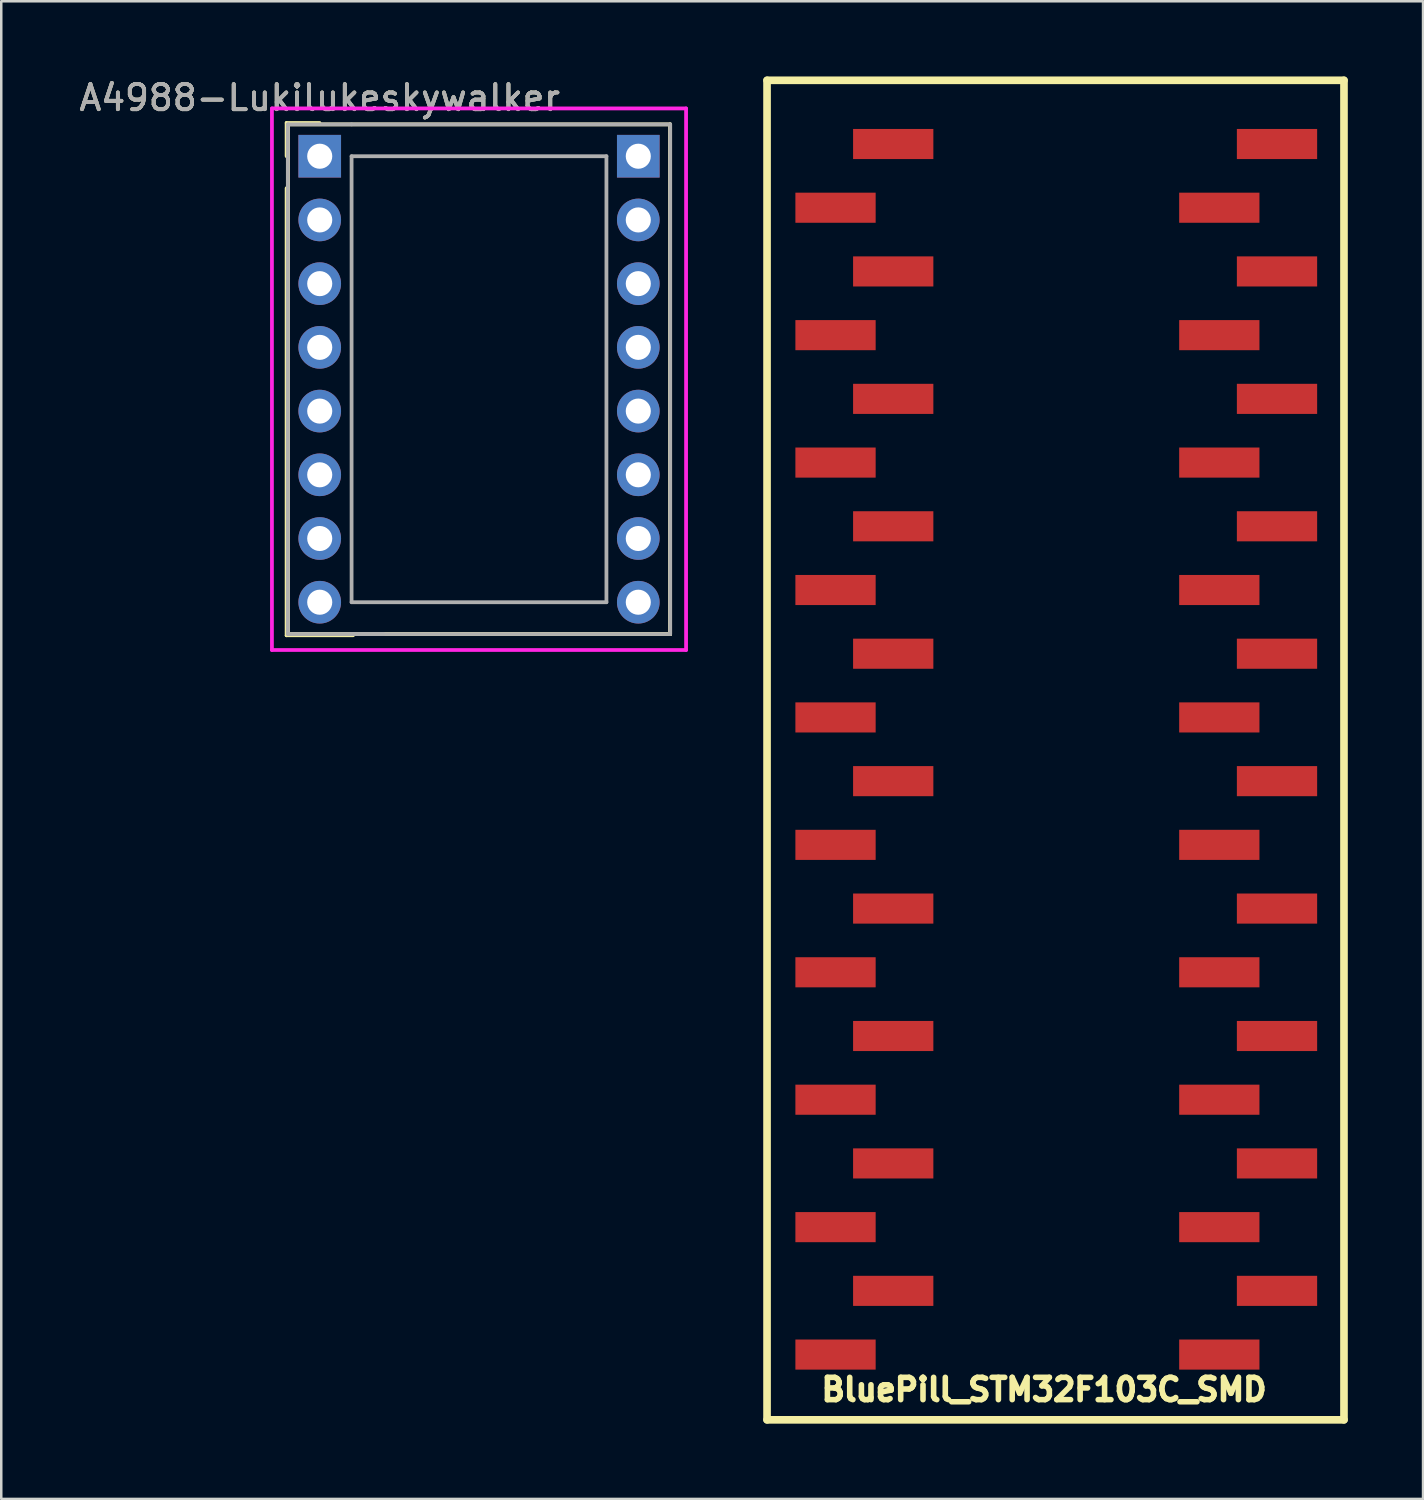
<source format=kicad_pcb>
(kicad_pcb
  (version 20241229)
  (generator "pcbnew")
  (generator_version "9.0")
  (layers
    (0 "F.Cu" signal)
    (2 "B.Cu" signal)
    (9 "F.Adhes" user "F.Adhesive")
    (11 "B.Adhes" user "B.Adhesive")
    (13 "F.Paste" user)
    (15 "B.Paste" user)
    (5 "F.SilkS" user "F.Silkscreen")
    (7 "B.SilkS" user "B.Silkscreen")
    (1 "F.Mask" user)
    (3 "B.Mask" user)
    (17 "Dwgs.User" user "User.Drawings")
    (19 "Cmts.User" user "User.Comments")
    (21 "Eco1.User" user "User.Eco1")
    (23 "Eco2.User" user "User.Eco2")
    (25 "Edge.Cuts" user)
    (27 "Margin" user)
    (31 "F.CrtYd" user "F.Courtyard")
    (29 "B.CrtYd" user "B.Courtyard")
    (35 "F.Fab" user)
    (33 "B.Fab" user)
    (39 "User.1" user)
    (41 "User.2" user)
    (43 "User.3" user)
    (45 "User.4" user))
  (footprint "A4988-Lukilukeskywalker"
    (layer "F.Cu")
    (at 9.696 3.178)
    (property "Reference" "A4988-Lukilukeskywalker" (at 0 -2.33 0) (layer "F.SilkS") (effects (font (size 1 1) (thickness 0.15))))
    (attr through_hole)
    (fp_line (start -1.33 -1.33) (end 0 -1.33) (stroke (width 0.12) (type solid)) (layer "F.SilkS"))
    (fp_line (start -1.33 -1.33) (end 0 -1.33) (stroke (width 0.12) (type solid)) (layer "F.SilkS"))
    (fp_line (start -1.33 0) (end -1.33 -1.33) (stroke (width 0.12) (type solid)) (layer "F.SilkS"))
    (fp_line (start -1.33 0) (end -1.33 -1.33) (stroke (width 0.12) (type solid)) (layer "F.SilkS"))
    (fp_line (start -1.33 1.27) (end -1.33 19.11) (stroke (width 0.12) (type solid)) (layer "F.SilkS"))
    (fp_line (start -1.33 1.27) (end -1.33 19.11) (stroke (width 0.12) (type solid)) (layer "F.SilkS"))
    (fp_line (start -1.33 19.11) (end 1.33 19.11) (stroke (width 0.12) (type solid)) (layer "F.SilkS"))
    (fp_line (start -1.33 19.11) (end 1.33 19.11) (stroke (width 0.12) (type solid)) (layer "F.SilkS"))
    (fp_line (start -1.27 -1.27) (end 13.97 -1.27) (stroke (width 0.15) (type solid)) (layer "F.SilkS"))
    (fp_line (start -1.27 19.05) (end -1.27 -1.27) (stroke (width 0.15) (type solid)) (layer "F.SilkS"))
    (fp_line (start -1.27 19.05) (end -1.27 -1.27) (stroke (width 0.15) (type solid)) (layer "F.SilkS"))
    (fp_line (start 13.97 -1.27) (end 13.97 19.05) (stroke (width 0.15) (type solid)) (layer "F.SilkS"))
    (fp_line (start 13.97 -1.27) (end 13.97 19.05) (stroke (width 0.15) (type solid)) (layer "F.SilkS"))
    (fp_line (start 13.97 19.05) (end -1.27 19.05) (stroke (width 0.15) (type solid)) (layer "F.SilkS"))
    (fp_line (start 13.97 19.05) (end -1.27 19.05) (stroke (width 0.15) (type solid)) (layer "F.SilkS"))
    (fp_line (start -1.905 -1.905) (end -1.905 19.685) (stroke (width 0.15) (type solid)) (layer "F.CrtYd"))
    (fp_line (start -1.905 19.685) (end 14.605 19.685) (stroke (width 0.15) (type solid)) (layer "F.CrtYd"))
    (fp_line (start 14.605 -1.905) (end -1.905 -1.905) (stroke (width 0.15) (type solid)) (layer "F.CrtYd"))
    (fp_line (start 14.605 19.685) (end 14.605 -1.905) (stroke (width 0.15) (type solid)) (layer "F.CrtYd"))
    (fp_line (start -1.27 -1.27) (end -1.27 19.05) (stroke (width 0.1) (type solid)) (layer "F.Fab"))
    (fp_line (start -1.27 -1.27) (end -1.27 19.05) (stroke (width 0.1) (type solid)) (layer "F.Fab"))
    (fp_line (start -1.27 -1.27) (end -1.27 19.05) (stroke (width 0.15) (type solid)) (layer "F.Fab"))
    (fp_line (start -1.27 19.05) (end 1.27 19.05) (stroke (width 0.1) (type solid)) (layer "F.Fab"))
    (fp_line (start -1.27 19.05) (end 1.27 19.05) (stroke (width 0.1) (type solid)) (layer "F.Fab"))
    (fp_line (start -1.27 19.05) (end 1.27 19.05) (stroke (width 0.15) (type solid)) (layer "F.Fab"))
    (fp_line (start 1.27 -1.27) (end -1.27 -1.27) (stroke (width 0.1) (type solid)) (layer "F.Fab"))
    (fp_line (start 1.27 -1.27) (end -1.27 -1.27) (stroke (width 0.1) (type solid)) (layer "F.Fab"))
    (fp_line (start 1.27 -1.27) (end -1.27 -1.27) (stroke (width 0.15) (type solid)) (layer "F.Fab"))
    (fp_line (start 1.27 0) (end 11.43 0) (stroke (width 0.15) (type solid)) (layer "F.Fab"))
    (fp_line (start 1.27 17.78) (end 1.27 0) (stroke (width 0.15) (type solid)) (layer "F.Fab"))
    (fp_line (start 1.27 19.05) (end 2.54 19.05) (stroke (width 0.15) (type solid)) (layer "F.Fab"))
    (fp_line (start 1.27 19.05) (end 13.97 19.05) (stroke (width 0.15) (type solid)) (layer "F.Fab"))
    (fp_line (start 11.43 0) (end 11.43 17.78) (stroke (width 0.15) (type solid)) (layer "F.Fab"))
    (fp_line (start 11.43 17.78) (end 1.27 17.78) (stroke (width 0.15) (type solid)) (layer "F.Fab"))
    (fp_line (start 13.97 -1.27) (end 1.27 -1.27) (stroke (width 0.15) (type solid)) (layer "F.Fab"))
    (fp_line (start 13.97 19.05) (end 13.97 -1.27) (stroke (width 0.15) (type solid)) (layer "F.Fab"))
    (fp_text user "${REFERENCE}" (at 0 -2.33 0) (layer "F.Fab") (effects (font (size 1 1) (thickness 0.15))))
    (fp_text user "${REFERENCE}" (at 0 -2.33 0) (layer "F.Fab") (effects (font (size 1 1) (thickness 0.15))))
    (pad "1" thru_hole rect (at 0 0) (size 1.7 1.7) (drill 1) (layers "*.Cu" "*.Mask"))
    (pad "2" thru_hole oval (at 0 2.54) (size 1.7 1.7) (drill 1) (layers "*.Cu" "*.Mask"))
    (pad "3" thru_hole oval (at 0 5.08) (size 1.7 1.7) (drill 1) (layers "*.Cu" "*.Mask"))
    (pad "4" thru_hole oval (at 0 7.62) (size 1.7 1.7) (drill 1) (layers "*.Cu" "*.Mask"))
    (pad "5" thru_hole oval (at 0 10.16) (size 1.7 1.7) (drill 1) (layers "*.Cu" "*.Mask"))
    (pad "6" thru_hole oval (at 0 12.7) (size 1.7 1.7) (drill 1) (layers "*.Cu" "*.Mask"))
    (pad "7" thru_hole oval (at 0 15.24) (size 1.7 1.7) (drill 1) (layers "*.Cu" "*.Mask"))
    (pad "8" thru_hole oval (at 0 17.78) (size 1.7 1.7) (drill 1) (layers "*.Cu" "*.Mask"))
    (pad "9" thru_hole oval (at 12.7 17.78) (size 1.7 1.7) (drill 1) (layers "*.Cu" "*.Mask"))
    (pad "10" thru_hole oval (at 12.7 15.24) (size 1.7 1.7) (drill 1) (layers "*.Cu" "*.Mask"))
    (pad "11" thru_hole oval (at 12.7 12.7) (size 1.7 1.7) (drill 1) (layers "*.Cu" "*.Mask"))
    (pad "12" thru_hole oval (at 12.7 10.16) (size 1.7 1.7) (drill 1) (layers "*.Cu" "*.Mask"))
    (pad "13" thru_hole oval (at 12.7 7.62) (size 1.7 1.7) (drill 1) (layers "*.Cu" "*.Mask"))
    (pad "14" thru_hole oval (at 12.7 5.08) (size 1.7 1.7) (drill 1) (layers "*.Cu" "*.Mask"))
    (pad "15" thru_hole oval (at 12.7 2.54) (size 1.7 1.7) (drill 1) (layers "*.Cu" "*.Mask"))
    (pad "16" thru_hole rect (at 12.7 0) (size 1.7 1.7) (drill 1) (layers "*.Cu" "*.Mask")))
  (footprint "BluePill_STM32F103C_SMD"
    (layer "F.Cu")
    (at 31.409 2.742)
    (property "Reference" "BluePill_STM32F103C_SMD" (at 7.163 49.606 180) (layer "F.SilkS") (effects (font (size 0.889 0.889) (thickness 0.305))))
    (attr through_hole)
    (fp_line (start -3.88 -2.59) (end 19.12 -2.59) (stroke (width 0.305) (type solid)) (layer "F.SilkS"))
    (fp_line (start -3.88 50.81) (end -3.88 -2.59) (stroke (width 0.305) (type solid)) (layer "F.SilkS"))
    (fp_line (start 19.12 -2.59) (end 19.12 50.81) (stroke (width 0.305) (type solid)) (layer "F.SilkS"))
    (fp_line (start 19.12 50.81) (end -3.88 50.81) (stroke (width 0.305) (type solid)) (layer "F.SilkS"))
    (pad "1" smd rect (at 1.15 -0.051 270) (size 1.2 3.2) (layers "F.Cu" "F.Mask" "F.Paste"))
    (pad "2" smd rect (at -1.15 2.489 270) (size 1.2 3.2) (layers "F.Cu" "F.Mask" "F.Paste"))
    (pad "3" smd rect (at 1.15 5.029 270) (size 1.2 3.2) (layers "F.Cu" "F.Mask" "F.Paste"))
    (pad "4" smd rect (at -1.15 7.569 270) (size 1.2 3.2) (layers "F.Cu" "F.Mask" "F.Paste"))
    (pad "5" smd rect (at 1.15 10.109 270) (size 1.2 3.2) (layers "F.Cu" "F.Mask" "F.Paste"))
    (pad "6" smd rect (at -1.15 12.649 270) (size 1.2 3.2) (layers "F.Cu" "F.Mask" "F.Paste"))
    (pad "7" smd rect (at 1.15 15.189 270) (size 1.2 3.2) (layers "F.Cu" "F.Mask" "F.Paste"))
    (pad "8" smd rect (at -1.15 17.729 270) (size 1.2 3.2) (layers "F.Cu" "F.Mask" "F.Paste"))
    (pad "9" smd rect (at 1.15 20.269 270) (size 1.2 3.2) (layers "F.Cu" "F.Mask" "F.Paste"))
    (pad "10" smd rect (at -1.15 22.809 270) (size 1.2 3.2) (layers "F.Cu" "F.Mask" "F.Paste"))
    (pad "11" smd rect (at 1.15 25.349 270) (size 1.2 3.2) (layers "F.Cu" "F.Mask" "F.Paste"))
    (pad "12" smd rect (at -1.15 27.889 270) (size 1.2 3.2) (layers "F.Cu" "F.Mask" "F.Paste"))
    (pad "13" smd rect (at 1.15 30.429 270) (size 1.2 3.2) (layers "F.Cu" "F.Mask" "F.Paste"))
    (pad "14" smd rect (at -1.15 32.969 270) (size 1.2 3.2) (layers "F.Cu" "F.Mask" "F.Paste"))
    (pad "15" smd rect (at 1.15 35.509 270) (size 1.2 3.2) (layers "F.Cu" "F.Mask" "F.Paste"))
    (pad "16" smd rect (at -1.15 38.049 270) (size 1.2 3.2) (layers "F.Cu" "F.Mask" "F.Paste"))
    (pad "17" smd rect (at 1.15 40.589 270) (size 1.2 3.2) (layers "F.Cu" "F.Mask" "F.Paste"))
    (pad "18" smd rect (at -1.15 43.129 270) (size 1.2 3.2) (layers "F.Cu" "F.Mask" "F.Paste"))
    (pad "19" smd rect (at 1.15 45.669 270) (size 1.2 3.2) (layers "F.Cu" "F.Mask" "F.Paste"))
    (pad "20" smd rect (at -1.15 48.209 270) (size 1.2 3.2) (layers "F.Cu" "F.Mask" "F.Paste"))
    (pad "21" smd rect (at 14.15 48.209 270) (size 1.2 3.2) (layers "F.Cu" "F.Mask" "F.Paste"))
    (pad "22" smd rect (at 16.45 45.669 270) (size 1.2 3.2) (layers "F.Cu" "F.Mask" "F.Paste"))
    (pad "23" smd rect (at 14.15 43.129 270) (size 1.2 3.2) (layers "F.Cu" "F.Mask" "F.Paste"))
    (pad "24" smd rect (at 16.45 40.589 270) (size 1.2 3.2) (layers "F.Cu" "F.Mask" "F.Paste"))
    (pad "25" smd rect (at 14.15 38.049 270) (size 1.2 3.2) (layers "F.Cu" "F.Mask" "F.Paste"))
    (pad "26" smd rect (at 16.45 35.509 270) (size 1.2 3.2) (layers "F.Cu" "F.Mask" "F.Paste"))
    (pad "27" smd rect (at 14.15 32.969 270) (size 1.2 3.2) (layers "F.Cu" "F.Mask" "F.Paste"))
    (pad "28" smd rect (at 16.45 30.429 270) (size 1.2 3.2) (layers "F.Cu" "F.Mask" "F.Paste"))
    (pad "29" smd rect (at 14.15 27.889 270) (size 1.2 3.2) (layers "F.Cu" "F.Mask" "F.Paste"))
    (pad "30" smd rect (at 16.45 25.349 270) (size 1.2 3.2) (layers "F.Cu" "F.Mask" "F.Paste"))
    (pad "31" smd rect (at 14.15 22.809 270) (size 1.2 3.2) (layers "F.Cu" "F.Mask" "F.Paste"))
    (pad "32" smd rect (at 16.45 20.269 270) (size 1.2 3.2) (layers "F.Cu" "F.Mask" "F.Paste"))
    (pad "33" smd rect (at 14.15 17.729 270) (size 1.2 3.2) (layers "F.Cu" "F.Mask" "F.Paste"))
    (pad "34" smd rect (at 16.45 15.189 270) (size 1.2 3.2) (layers "F.Cu" "F.Mask" "F.Paste"))
    (pad "35" smd rect (at 14.15 12.649 270) (size 1.2 3.2) (layers "F.Cu" "F.Mask" "F.Paste"))
    (pad "36" smd rect (at 16.45 10.109 270) (size 1.2 3.2) (layers "F.Cu" "F.Mask" "F.Paste"))
    (pad "37" smd rect (at 14.15 7.569 270) (size 1.2 3.2) (layers "F.Cu" "F.Mask" "F.Paste"))
    (pad "38" smd rect (at 16.45 5.029 270) (size 1.2 3.2) (layers "F.Cu" "F.Mask" "F.Paste"))
    (pad "39" smd rect (at 14.15 2.489 270) (size 1.2 3.2) (layers "F.Cu" "F.Mask" "F.Paste"))
    (pad "40" smd rect (at 16.45 -0.051 270) (size 1.2 3.2) (layers "F.Cu" "F.Mask" "F.Paste")))
  (gr_rect
    (start -3 -3)
    (end 53.681 56.705)
    (stroke (width 0.1) (type default))
    (fill no)
    (layer "Edge.Cuts")))
</source>
